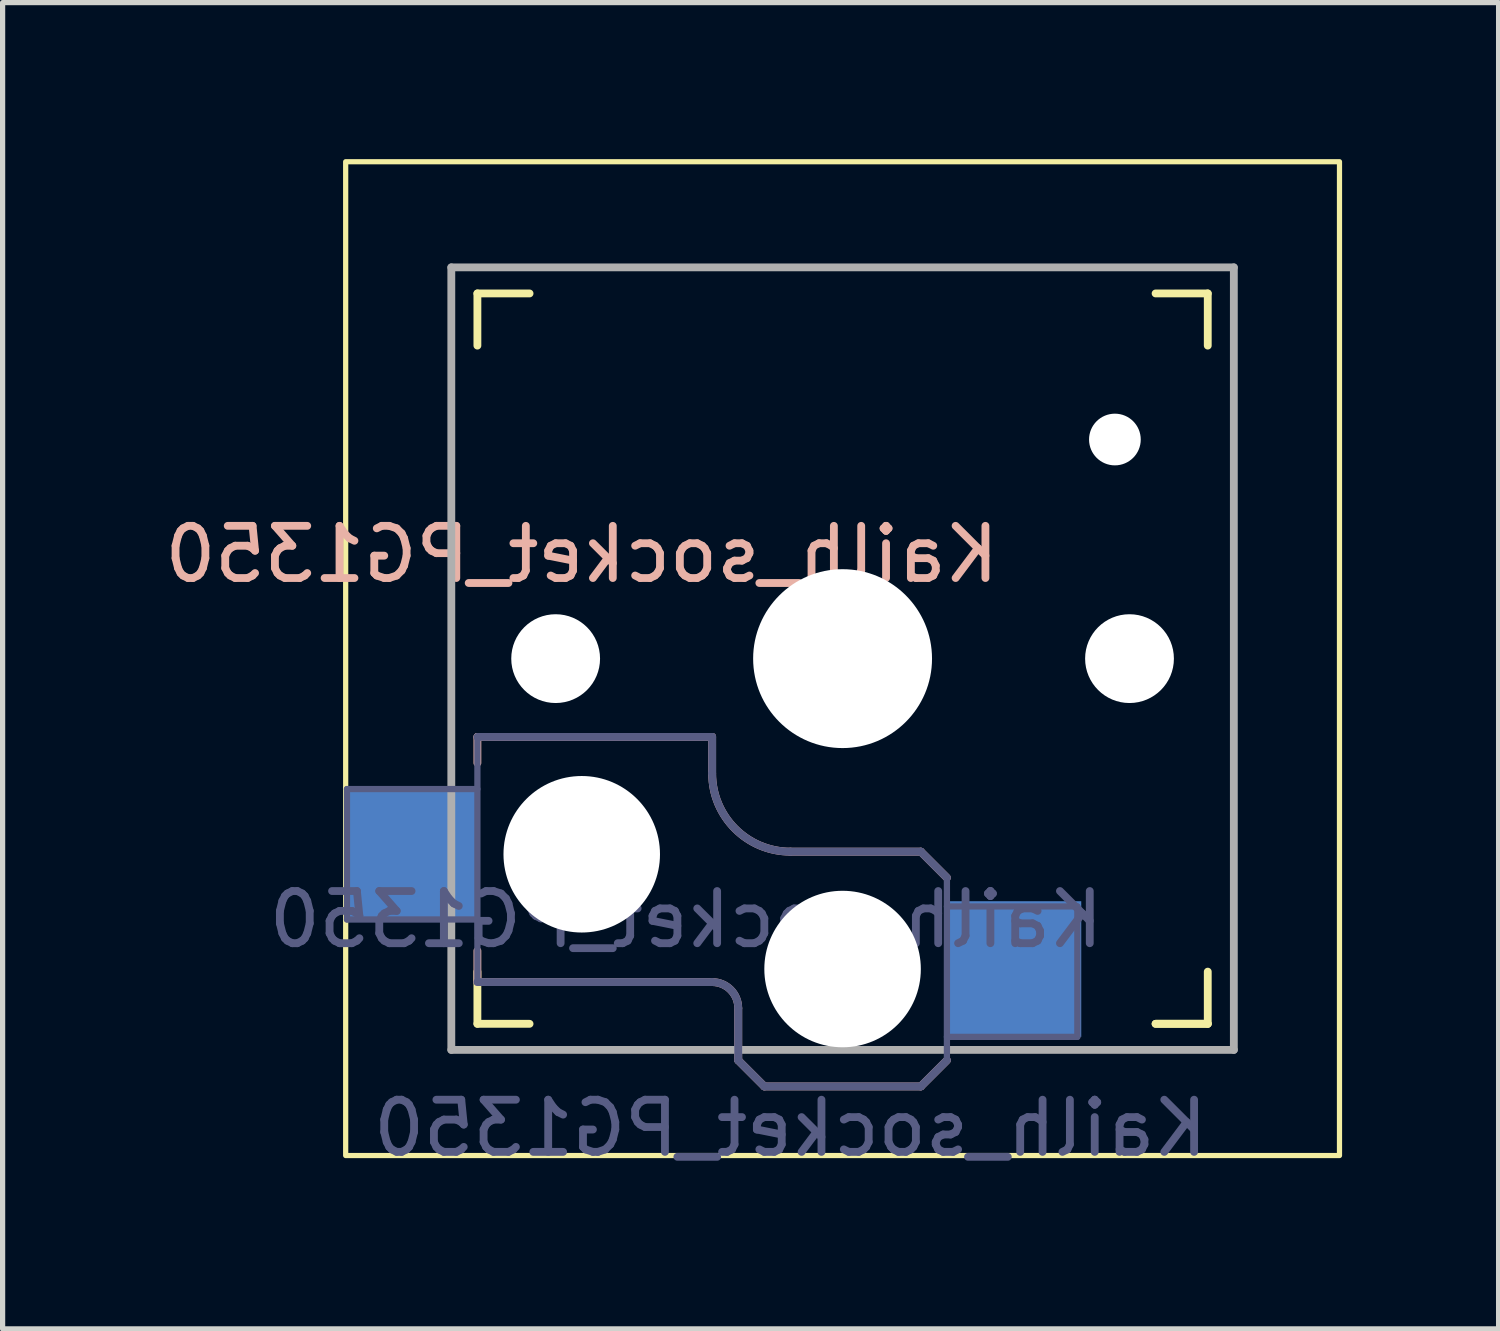
<source format=kicad_pcb>
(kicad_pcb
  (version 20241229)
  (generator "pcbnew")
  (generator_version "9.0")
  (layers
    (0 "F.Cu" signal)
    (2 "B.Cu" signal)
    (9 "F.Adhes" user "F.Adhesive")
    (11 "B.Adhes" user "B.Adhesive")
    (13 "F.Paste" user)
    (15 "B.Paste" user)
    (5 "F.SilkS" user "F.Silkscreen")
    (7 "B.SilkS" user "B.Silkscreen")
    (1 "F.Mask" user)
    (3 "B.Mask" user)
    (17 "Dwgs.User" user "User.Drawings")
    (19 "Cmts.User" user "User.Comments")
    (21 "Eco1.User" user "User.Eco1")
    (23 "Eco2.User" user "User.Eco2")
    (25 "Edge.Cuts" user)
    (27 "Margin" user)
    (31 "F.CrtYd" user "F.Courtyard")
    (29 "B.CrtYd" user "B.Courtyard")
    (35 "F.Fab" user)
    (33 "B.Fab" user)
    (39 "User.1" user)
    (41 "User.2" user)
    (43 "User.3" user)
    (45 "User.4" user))
  (footprint "Kailh_socket_PG1350"
    (layer "F.Cu")
    (at 13.101 9.575)
    (property "Reference" "Kailh_socket_PG1350" (at -5 -2 0) (layer "B.SilkS") (effects (font (size 1 1) (thickness 0.15)) (justify mirror)))
    (property "Value" "Kailh_socket_PG1350" (at 0 8.255 0) (layer "F.Fab") (hide yes) (effects (font (size 1 1) (thickness 0.15))))
    (attr smd)
    (fp_line (start -7 -6) (end -7 -7) (stroke (width 0.15) (type solid)) (layer "F.SilkS"))
    (fp_line (start -7 7) (end -7 6) (stroke (width 0.15) (type solid)) (layer "F.SilkS"))
    (fp_line (start -7 7) (end -6 7) (stroke (width 0.15) (type solid)) (layer "F.SilkS"))
    (fp_line (start -6 -7) (end -7 -7) (stroke (width 0.15) (type solid)) (layer "F.SilkS"))
    (fp_line (start 6 7) (end 7 7) (stroke (width 0.15) (type solid)) (layer "F.SilkS"))
    (fp_line (start 7 -7) (end 6 -7) (stroke (width 0.15) (type solid)) (layer "F.SilkS"))
    (fp_line (start 7 -7) (end 7 -6) (stroke (width 0.15) (type solid)) (layer "F.SilkS"))
    (fp_line (start 7 6) (end 7 7) (stroke (width 0.15) (type solid)) (layer "F.SilkS"))
    (fp_line (start 7 7) (end 6 7) (stroke (width 0.15) (type solid)) (layer "F.SilkS"))
    (fp_rect (start -9.525 -9.525) (end 9.525 9.525) (stroke (width 0.1) (type solid)) (fill no) (layer "F.SilkS"))
    (fp_line (start -7 1.5) (end -7 2) (stroke (width 0.15) (type solid)) (layer "B.SilkS"))
    (fp_line (start -7 5.6) (end -7 6.2) (stroke (width 0.15) (type solid)) (layer "B.SilkS"))
    (fp_line (start -7 6.2) (end -2.5 6.2) (stroke (width 0.15) (type solid)) (layer "B.SilkS"))
    (fp_line (start -2.5 1.5) (end -7 1.5) (stroke (width 0.15) (type solid)) (layer "B.SilkS"))
    (fp_line (start -2.5 2.2) (end -2.5 1.5) (stroke (width 0.15) (type solid)) (layer "B.SilkS"))
    (fp_line (start -2 6.7) (end -2 7.7) (stroke (width 0.15) (type solid)) (layer "B.SilkS"))
    (fp_line (start -1.5 8.2) (end -2 7.7) (stroke (width 0.15) (type solid)) (layer "B.SilkS"))
    (fp_line (start 1.5 3.7) (end -1 3.7) (stroke (width 0.15) (type solid)) (layer "B.SilkS"))
    (fp_line (start 1.5 8.2) (end -1.5 8.2) (stroke (width 0.15) (type solid)) (layer "B.SilkS"))
    (fp_line (start 2 4.2) (end 1.5 3.7) (stroke (width 0.15) (type solid)) (layer "B.SilkS"))
    (fp_line (start 2 7.7) (end 1.5 8.2) (stroke (width 0.15) (type solid)) (layer "B.SilkS"))
    (fp_arc (start -2.5 6.2) (mid -2.146447 6.346447) (end -2 6.7) (stroke (width 0.15) (type solid)) (layer "B.SilkS"))
    (fp_arc (start -1 3.7) (mid -2.06066 3.26066) (end -2.5 2.2) (stroke (width 0.15) (type solid)) (layer "B.SilkS"))
    (fp_line (start -6.9 6.9) (end -6.9 -6.9) (stroke (width 0.15) (type solid)) (layer "Eco2.User"))
    (fp_line (start -6.9 6.9) (end 6.9 6.9) (stroke (width 0.15) (type solid)) (layer "Eco2.User"))
    (fp_line (start -2.6 -3.1) (end -2.6 -6.3) (stroke (width 0.15) (type solid)) (layer "Eco2.User"))
    (fp_line (start -2.6 -3.1) (end 2.6 -3.1) (stroke (width 0.15) (type solid)) (layer "Eco2.User"))
    (fp_line (start 2.6 -6.3) (end -2.6 -6.3) (stroke (width 0.15) (type solid)) (layer "Eco2.User"))
    (fp_line (start 2.6 -3.1) (end 2.6 -6.3) (stroke (width 0.15) (type solid)) (layer "Eco2.User"))
    (fp_line (start 6.9 -6.9) (end -6.9 -6.9) (stroke (width 0.15) (type solid)) (layer "Eco2.User"))
    (fp_line (start 6.9 -6.9) (end 6.9 6.9) (stroke (width 0.15) (type solid)) (layer "Eco2.User"))
    (fp_line (start -9.5 2.5) (end -7 2.5) (stroke (width 0.12) (type solid)) (layer "B.Fab"))
    (fp_line (start -9.5 5) (end -9.5 2.5) (stroke (width 0.12) (type solid)) (layer "B.Fab"))
    (fp_line (start -7 1.5) (end -7 6.2) (stroke (width 0.12) (type solid)) (layer "B.Fab"))
    (fp_line (start -7 5) (end -9.5 5) (stroke (width 0.12) (type solid)) (layer "B.Fab"))
    (fp_line (start -7 6.2) (end -2.5 6.2) (stroke (width 0.15) (type solid)) (layer "B.Fab"))
    (fp_line (start -2.5 1.5) (end -7 1.5) (stroke (width 0.15) (type solid)) (layer "B.Fab"))
    (fp_line (start -2.5 2.2) (end -2.5 1.5) (stroke (width 0.15) (type solid)) (layer "B.Fab"))
    (fp_line (start -2 6.7) (end -2 7.7) (stroke (width 0.15) (type solid)) (layer "B.Fab"))
    (fp_line (start -1.5 8.2) (end -2 7.7) (stroke (width 0.15) (type solid)) (layer "B.Fab"))
    (fp_line (start 1.5 3.7) (end -1 3.7) (stroke (width 0.15) (type solid)) (layer "B.Fab"))
    (fp_line (start 1.5 8.2) (end -1.5 8.2) (stroke (width 0.15) (type solid)) (layer "B.Fab"))
    (fp_line (start 2 4.2) (end 1.5 3.7) (stroke (width 0.15) (type solid)) (layer "B.Fab"))
    (fp_line (start 2 4.25) (end 2 7.7) (stroke (width 0.12) (type solid)) (layer "B.Fab"))
    (fp_line (start 2 4.75) (end 4.5 4.75) (stroke (width 0.12) (type solid)) (layer "B.Fab"))
    (fp_line (start 2 7.7) (end 1.5 8.2) (stroke (width 0.15) (type solid)) (layer "B.Fab"))
    (fp_line (start 4.5 4.75) (end 4.5 7.25) (stroke (width 0.12) (type solid)) (layer "B.Fab"))
    (fp_line (start 4.5 7.25) (end 2 7.25) (stroke (width 0.12) (type solid)) (layer "B.Fab"))
    (fp_arc (start -2.5 6.2) (mid -2.146447 6.346447) (end -2 6.7) (stroke (width 0.15) (type solid)) (layer "B.Fab"))
    (fp_arc (start -1 3.7) (mid -2.06066 3.26066) (end -2.5 2.2) (stroke (width 0.15) (type solid)) (layer "B.Fab"))
    (fp_line (start -7.5 -7.5) (end 7.5 -7.5) (stroke (width 0.15) (type solid)) (layer "F.Fab"))
    (fp_line (start -7.5 7.5) (end -7.5 -7.5) (stroke (width 0.15) (type solid)) (layer "F.Fab"))
    (fp_line (start 7.5 -7.5) (end 7.5 7.5) (stroke (width 0.15) (type solid)) (layer "F.Fab"))
    (fp_line (start 7.5 7.5) (end -7.5 7.5) (stroke (width 0.15) (type solid)) (layer "F.Fab"))
    (fp_text user "${VALUE}" (at -1 9 0) (layer "B.Fab") (effects (font (size 1 1) (thickness 0.15)) (justify mirror)))
    (fp_text user "${REFERENCE}" (at -3 5 0) (layer "B.Fab") (effects (font (size 1 1) (thickness 0.15)) (justify mirror)))
    (pad "" np_thru_hole circle (at -5.5 0) (size 1.702 1.702) (drill 1.702) (layers "*.Cu" "*.Mask"))
    (pad "" np_thru_hole circle (at -5 3.75) (size 3 3) (drill 3) (layers "*.Cu" "*.Mask"))
    (pad "" np_thru_hole circle (at 0 0) (size 3.429 3.429) (drill 3.429) (layers "*.Cu" "*.Mask"))
    (pad "" np_thru_hole circle (at 0 5.95) (size 3 3) (drill 3) (layers "*.Cu" "*.Mask"))
    (pad "" np_thru_hole circle (at 5.22 -4.2) (size 0.991 0.991) (drill 0.991) (layers "*.Cu" "*.Mask"))
    (pad "" np_thru_hole circle (at 5.5 0) (size 1.702 1.702) (drill 1.702) (layers "*.Cu" "*.Mask"))
    (pad "1" smd rect (at 3.275 5.95) (size 2.6 2.6) (layers "B.Cu" "B.Mask" "B.Paste"))
    (pad "2" smd rect (at -8.275 3.75) (size 2.6 2.6) (layers "B.Cu" "B.Mask" "B.Paste")))
  (gr_rect
    (start -3 -3)
    (end 25.676 22.423)
    (stroke (width 0.1) (type default))
    (fill no)
    (layer "Edge.Cuts")))
</source>
